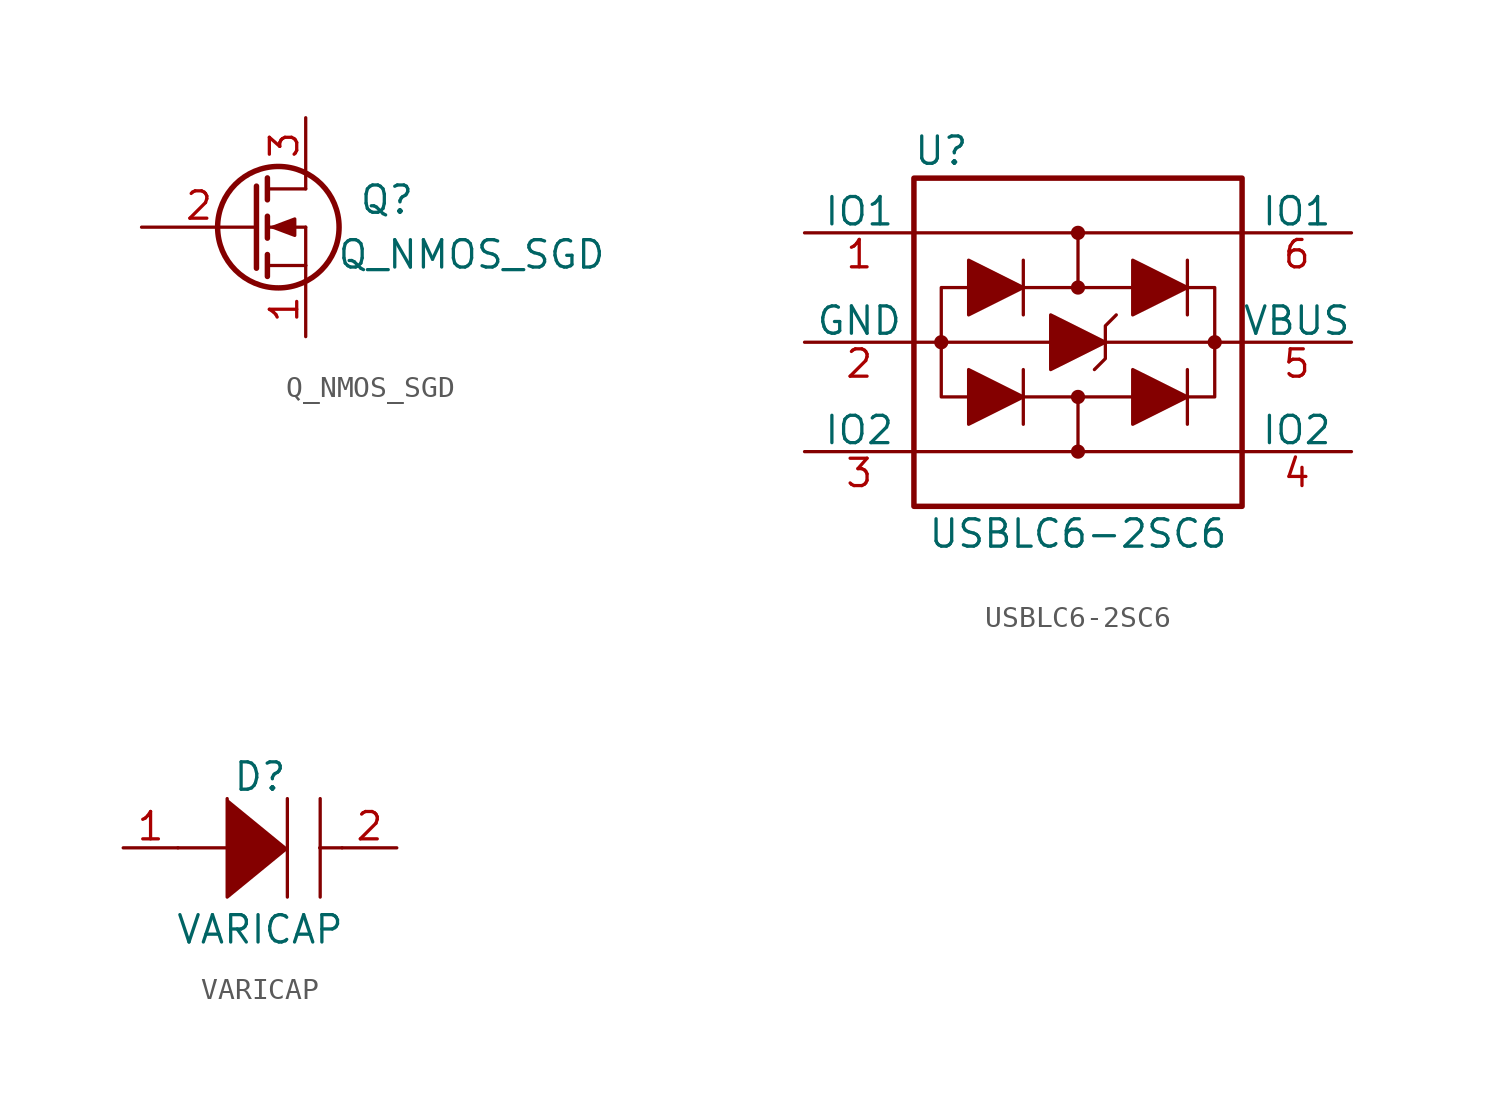
<source format=kicad_sym>
(kicad_symbol_lib
  (version 20211014)
  (generator kicad_symbol_editor)
  (symbol "Q_NMOS_SGD"
    (pin_names
      (offset 0) hide)
    (property "Reference" "Q"
      (at 7.62 1.27 0)
      (effects (font (size 1.27 1.27)) (justify right)))
    (property "Value" "Q_NMOS_SGD"
      (at 16.51 -1.27 0)
      (effects (font (size 1.27 1.27)) (justify right)))
    (property "Footprint" ""
      (at 5.08 2.54 0)
      (effects (font (size 1.27 1.27))))
    (property "Datasheet" ""
      (at 0 0 0)
      (effects (font (size 1.27 1.27))))
    (symbol "Q_NMOS_SGD_0_1"
      (polyline (pts (xy 0.762 -1.778) (xy 2.54 -1.778)) (stroke (width 0) (type default) (color 0 0 0 0)) (fill (type none)))
      (polyline (pts (xy 0.762 -1.27) (xy 0.762 -2.286)) (stroke (width 0.254) (type default) (color 0 0 0 0)) (fill (type none)))
      (polyline (pts (xy 0.762 0) (xy 2.54 0)) (stroke (width 0) (type default) (color 0 0 0 0)) (fill (type none)))
      (polyline (pts (xy 0.762 0.508) (xy 0.762 -0.508)) (stroke (width 0.254) (type default) (color 0 0 0 0)) (fill (type none)))
      (polyline (pts (xy 0.762 1.778) (xy 2.54 1.778)) (stroke (width 0) (type default) (color 0 0 0 0)) (fill (type none)))
      (polyline (pts (xy 0.762 2.286) (xy 0.762 1.27)) (stroke (width 0.254) (type default) (color 0 0 0 0)) (fill (type none)))
      (polyline (pts (xy 2.54 -1.778) (xy 2.54 -2.54)) (stroke (width 0) (type default) (color 0 0 0 0)) (fill (type none)))
      (polyline (pts (xy 2.54 -1.778) (xy 2.54 0)) (stroke (width 0) (type default) (color 0 0 0 0)) (fill (type none)))
      (polyline (pts (xy 2.54 2.54) (xy 2.54 1.778)) (stroke (width 0) (type default) (color 0 0 0 0)) (fill (type none)))
      (polyline (pts (xy 0.254 1.905) (xy 0.254 -1.905) (xy 0.254 -1.905)) (stroke (width 0.254) (type default) (color 0 0 0 0)) (fill (type none)))
      (polyline (pts (xy 1.016 0) (xy 2.032 0.381) (xy 2.032 -0.381) (xy 1.016 0)) (stroke (width 0) (type default) (color 0 0 0 0)) (fill (type outline)))
      (circle (center 1.27 0) (radius 2.819) (stroke (width 0.254) (type default) (color 0 0 0 0)) (fill (type none))))
    (symbol "Q_NMOS_SGD_1_1"
      (pin passive line (at 2.54 -5.08 90) (length 2.54) (name "S" (effects (font (size 1.27 1.27)))) (number "1" (effects (font (size 1.27 1.27)))))
      (pin input line (at -5.08 0 0) (length 5.334) (name "G" (effects (font (size 1.27 1.27)))) (number "2" (effects (font (size 1.27 1.27)))))
      (pin passive line (at 2.54 5.08 270) (length 2.54) (name "D" (effects (font (size 1.27 1.27)))) (number "3" (effects (font (size 1.27 1.27)))))))
  (symbol "USBLC6-2SC6"
    (pin_names
      (offset 0))
    (property "Reference" "U"
      (at -6.35 8.89 0)
      (effects (font (size 1.27 1.27))))
    (property "Value" "USBLC6-2SC6"
      (at 0 -8.89 0)
      (effects (font (size 1.27 1.27))))
    (symbol "USBLC6-2SC6_0_1"
      (rectangle (start -7.62 7.62) (end 7.62 -7.62) (stroke (width 0.254) (type default) (color 0 0 0 0)) (fill (type none)))
      (circle (center -6.35 0) (radius 0.254) (stroke (width 0) (type default) (color 0 0 0 0)) (fill (type outline)))
      (circle (center 0 -5.08) (radius 0.254) (stroke (width 0) (type default) (color 0 0 0 0)) (fill (type outline)))
      (circle (center 0 -2.54) (radius 0.254) (stroke (width 0) (type default) (color 0 0 0 0)) (fill (type outline)))
      (polyline (pts (xy -7.62 0) (xy -6.35 0)) (stroke (width 0) (type default) (color 0 0 0 0)) (fill (type none)))
      (polyline (pts (xy -6.35 0) (xy -1.27 0)) (stroke (width 0) (type default) (color 0 0 0 0)) (fill (type none)))
      (polyline (pts (xy -2.54 -2.54) (xy 2.54 -2.54)) (stroke (width 0) (type default) (color 0 0 0 0)) (fill (type none)))
      (polyline (pts (xy -2.54 -1.27) (xy -2.54 -3.81)) (stroke (width 0) (type default) (color 0 0 0 0)) (fill (type none)))
      (polyline (pts (xy -2.54 1.27) (xy -2.54 3.81)) (stroke (width 0) (type default) (color 0 0 0 0)) (fill (type none)))
      (polyline (pts (xy -2.54 2.54) (xy 2.54 2.54)) (stroke (width 0) (type default) (color 0 0 0 0)) (fill (type none)))
      (polyline (pts (xy 0 -5.08) (xy -7.62 -5.08)) (stroke (width 0) (type default) (color 0 0 0 0)) (fill (type none)))
      (polyline (pts (xy 0 5.08) (xy -7.62 5.08)) (stroke (width 0) (type default) (color 0 0 0 0)) (fill (type none)))
      (polyline (pts (xy 1.27 0) (xy 6.35 0)) (stroke (width 0) (type default) (color 0 0 0 0)) (fill (type none)))
      (polyline (pts (xy 5.08 -1.27) (xy 5.08 -3.81)) (stroke (width 0) (type default) (color 0 0 0 0)) (fill (type none)))
      (polyline (pts (xy 5.08 1.27) (xy 5.08 3.81)) (stroke (width 0) (type default) (color 0 0 0 0)) (fill (type none)))
      (polyline (pts (xy 6.35 0) (xy 7.62 0)) (stroke (width 0) (type default) (color 0 0 0 0)) (fill (type none)))
      (polyline (pts (xy -6.35 0) (xy -6.35 2.54) (xy -5.08 2.54)) (stroke (width 0) (type default) (color 0 0 0 0)) (fill (type none)))
      (polyline (pts (xy -5.08 -2.54) (xy -6.35 -2.54) (xy -6.35 0)) (stroke (width 0) (type default) (color 0 0 0 0)) (fill (type none)))
      (polyline (pts (xy 0 -2.54) (xy 0 -5.08) (xy 7.62 -5.08)) (stroke (width 0) (type default) (color 0 0 0 0)) (fill (type none)))
      (polyline (pts (xy 0 2.54) (xy 0 5.08) (xy 7.62 5.08)) (stroke (width 0) (type default) (color 0 0 0 0)) (fill (type none)))
      (polyline (pts (xy -5.08 -3.81) (xy -5.08 -1.27) (xy -2.54 -2.54) (xy -5.08 -3.81)) (stroke (width 0) (type default) (color 0 0 0 0)) (fill (type outline)))
      (polyline (pts (xy -5.08 3.81) (xy -5.08 1.27) (xy -2.54 2.54) (xy -5.08 3.81)) (stroke (width 0) (type default) (color 0 0 0 0)) (fill (type outline)))
      (polyline (pts (xy -1.27 1.27) (xy -1.27 -1.27) (xy 1.27 0) (xy -1.27 1.27)) (stroke (width 0) (type default) (color 0 0 0 0)) (fill (type outline)))
      (polyline (pts (xy 0.762 -1.27) (xy 1.27 -0.762) (xy 1.27 0.762) (xy 1.778 1.27)) (stroke (width 0) (type default) (color 0 0 0 0)) (fill (type none)))
      (polyline (pts (xy 2.54 -3.81) (xy 2.54 -1.27) (xy 5.08 -2.54) (xy 2.54 -3.81)) (stroke (width 0) (type default) (color 0 0 0 0)) (fill (type outline)))
      (polyline (pts (xy 2.54 3.81) (xy 2.54 1.27) (xy 5.08 2.54) (xy 2.54 3.81)) (stroke (width 0) (type default) (color 0 0 0 0)) (fill (type outline)))
      (polyline (pts (xy 5.08 2.54) (xy 6.35 2.54) (xy 6.35 -2.54) (xy 5.08 -2.54)) (stroke (width 0) (type default) (color 0 0 0 0)) (fill (type none)))
      (circle (center 0 2.54) (radius 0.254) (stroke (width 0) (type default) (color 0 0 0 0)) (fill (type outline)))
      (circle (center 0 5.08) (radius 0.254) (stroke (width 0) (type default) (color 0 0 0 0)) (fill (type outline)))
      (circle (center 6.35 0) (radius 0.254) (stroke (width 0) (type default) (color 0 0 0 0)) (fill (type outline))))
    (symbol "USBLC6-2SC6_1_1"
      (pin passive line (at -12.7 5.08 0) (length 5.08) (name "IO1" (effects (font (size 1.27 1.27)))) (number "1" (effects (font (size 1.27 1.27)))))
      (pin power_in line (at -12.7 0 0) (length 5.08) (name "GND" (effects (font (size 1.27 1.27)))) (number "2" (effects (font (size 1.27 1.27)))))
      (pin passive line (at -12.7 -5.08 0) (length 5.08) (name "IO2" (effects (font (size 1.27 1.27)))) (number "3" (effects (font (size 1.27 1.27)))))
      (pin passive line (at 12.7 -5.08 180) (length 5.08) (name "IO2" (effects (font (size 1.27 1.27)))) (number "4" (effects (font (size 1.27 1.27)))))
      (pin passive line (at 12.7 0 180) (length 5.08) (name "VBUS" (effects (font (size 1.27 1.27)))) (number "5" (effects (font (size 1.27 1.27)))))
      (pin passive line (at 12.7 5.08 180) (length 5.08) (name "IO1" (effects (font (size 1.27 1.27)))) (number "6" (effects (font (size 1.27 1.27)))))))
  (symbol "VARICAP"
    (pin_names
      (offset 1.016) hide)
    (property "Reference" "D"
      (at 0 3.302 0)
      (effects (font (size 1.27 1.27))))
    (property "Value" "VARICAP"
      (at 0 -3.048 0)
      (effects (font (size 1.27 1.27)) (justify top)))
    (property "Footprint" ""
      (at 0 0 0)
      (effects (font (size 1.27 1.27))))
    (property "Datasheet" ""
      (at 0 0 0)
      (effects (font (size 1.27 1.27))))
    (symbol "VARICAP_0_1"
      (polyline (pts (xy -3.81 0) (xy -1.549 0)) (stroke (width 0) (type default) (color 0 0 0 0)) (fill (type none)))
      (polyline (pts (xy 1.27 -2.286) (xy 1.27 2.286)) (stroke (width 0) (type default) (color 0 0 0 0)) (fill (type none)))
      (polyline (pts (xy 2.769 0) (xy 3.81 0)) (stroke (width 0) (type default) (color 0 0 0 0)) (fill (type none)))
      (polyline (pts (xy 2.794 -2.286) (xy 2.794 2.286)) (stroke (width 0) (type default) (color 0 0 0 0)) (fill (type none)))
      (polyline (pts (xy -1.524 2.286) (xy -1.524 -2.286) (xy 1.27 0)) (stroke (width 0) (type default) (color 0 0 0 0)) (fill (type outline))))
    (symbol "VARICAP_1_1"
      (pin passive line (at -6.35 0 0) (length 2.54) (name "ANODE" (effects (font (size 1.27 1.27)))) (number "1" (effects (font (size 1.27 1.27)))))
      (pin passive line (at 6.35 0 180) (length 2.54) (name "CATHODE" (effects (font (size 1.27 1.27)))) (number "2" (effects (font (size 1.27 1.27))))))))
</source>
